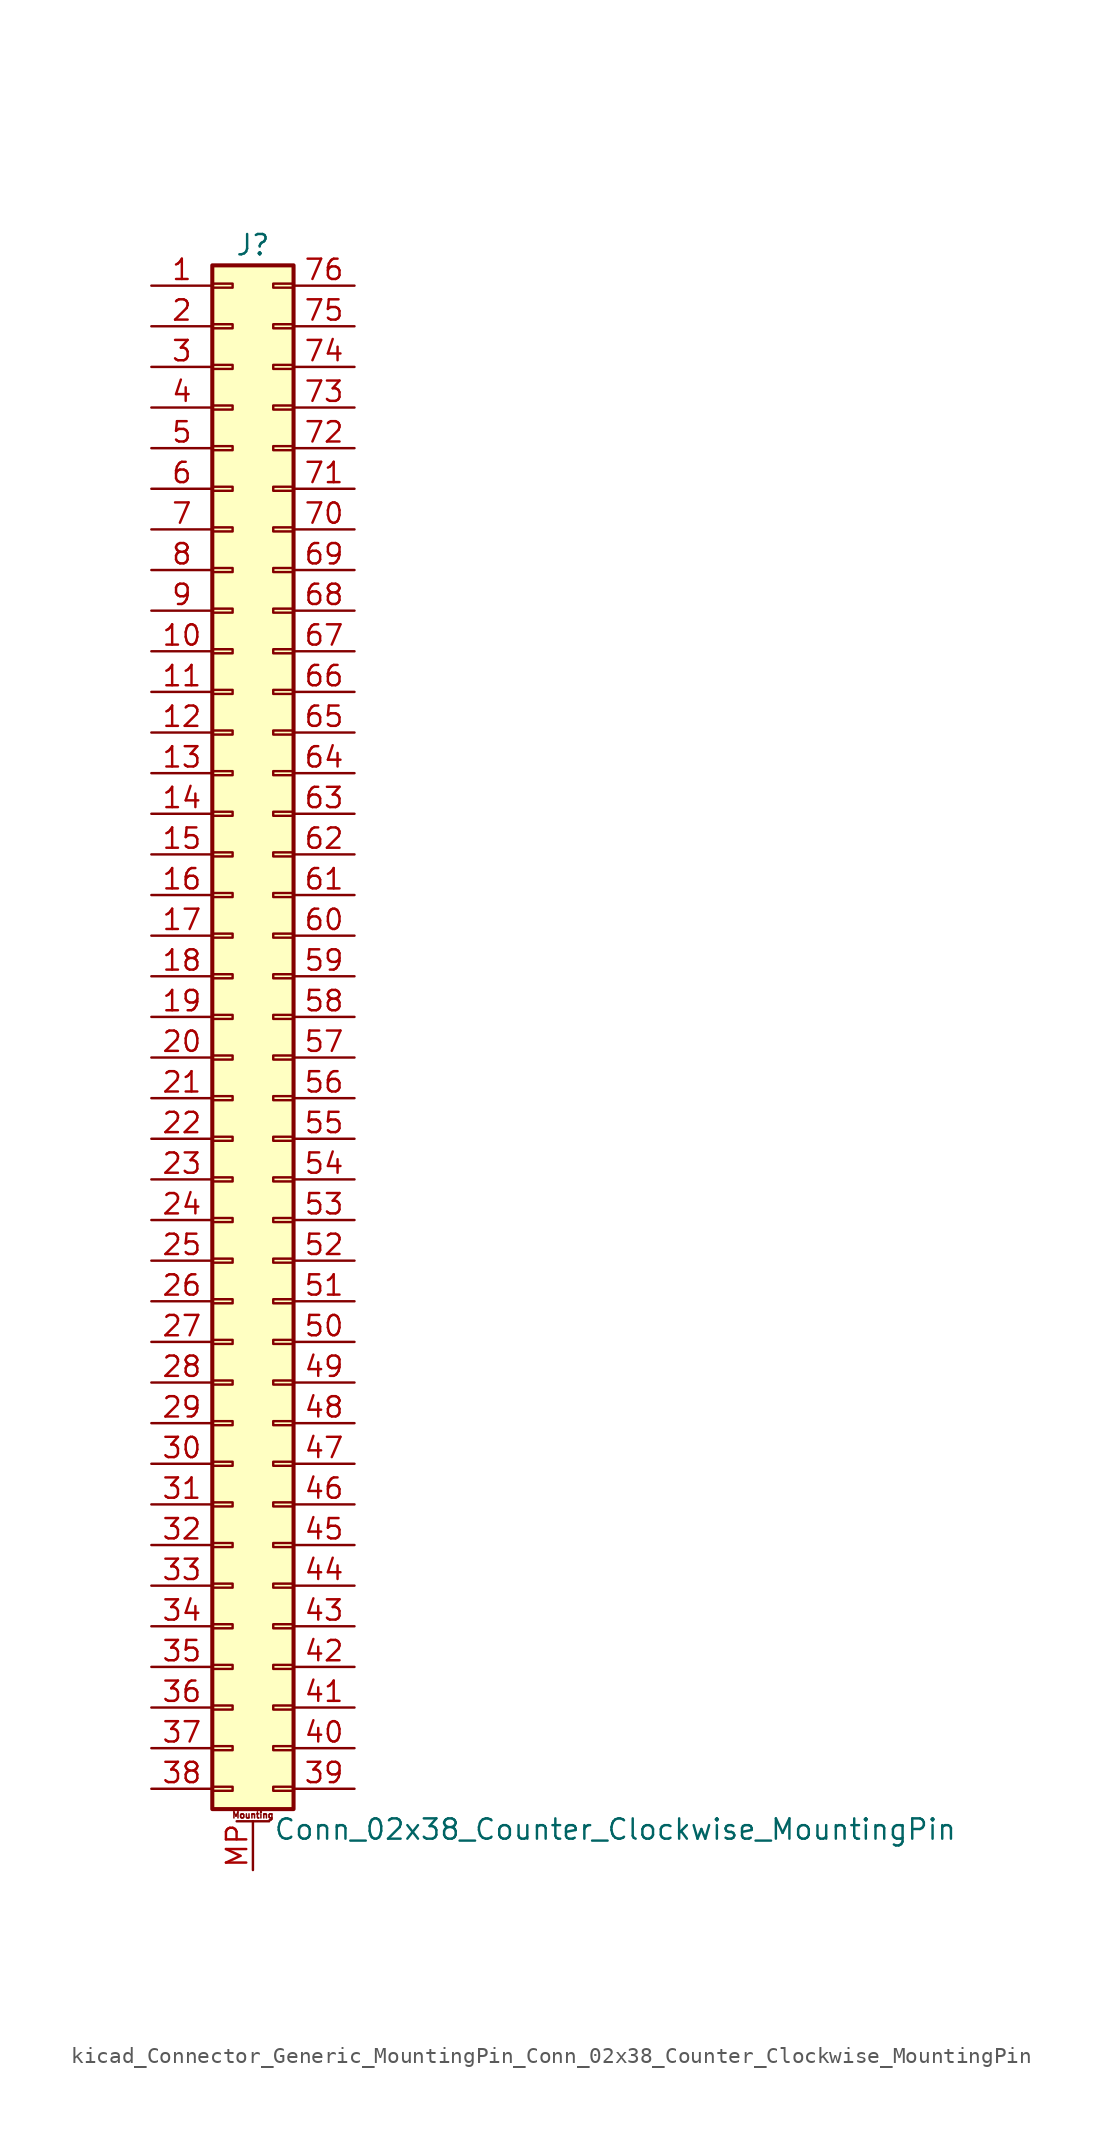
<source format=kicad_sym>
(kicad_symbol_lib
  (version 20220914)
  (generator kicad_symbol_editor)
  (symbol "kicad_Connector_Generic_MountingPin_Conn_02x38_Counter_Clockwise_MountingPin"
    (pin_names
      (offset 1.016) hide)
    (property "Reference" "J"
      (at 1.27 48.26 0)
      (effects (font (size 1.27 1.27))))
    (property "Value" "Conn_02x38_Counter_Clockwise_MountingPin"
      (at 2.54 -50.8 0)
      (effects (font (size 1.27 1.27)) (justify left)))
    (symbol "kicad_Connector_Generic_MountingPin_Conn_02x38_Counter_Clockwise_MountingPin_1_1"
      (rectangle (start -1.27 -48.133) (end 0 -48.387) (stroke (width 0.152) (type default)) (fill (type none)))
      (rectangle (start -1.27 -45.593) (end 0 -45.847) (stroke (width 0.152) (type default)) (fill (type none)))
      (rectangle (start -1.27 -43.053) (end 0 -43.307) (stroke (width 0.152) (type default)) (fill (type none)))
      (rectangle (start -1.27 -40.513) (end 0 -40.767) (stroke (width 0.152) (type default)) (fill (type none)))
      (rectangle (start -1.27 -37.973) (end 0 -38.227) (stroke (width 0.152) (type default)) (fill (type none)))
      (rectangle (start -1.27 -35.433) (end 0 -35.687) (stroke (width 0.152) (type default)) (fill (type none)))
      (rectangle (start -1.27 -32.893) (end 0 -33.147) (stroke (width 0.152) (type default)) (fill (type none)))
      (rectangle (start -1.27 -30.353) (end 0 -30.607) (stroke (width 0.152) (type default)) (fill (type none)))
      (rectangle (start -1.27 -27.813) (end 0 -28.067) (stroke (width 0.152) (type default)) (fill (type none)))
      (rectangle (start -1.27 -25.273) (end 0 -25.527) (stroke (width 0.152) (type default)) (fill (type none)))
      (rectangle (start -1.27 -22.733) (end 0 -22.987) (stroke (width 0.152) (type default)) (fill (type none)))
      (rectangle (start -1.27 -20.193) (end 0 -20.447) (stroke (width 0.152) (type default)) (fill (type none)))
      (rectangle (start -1.27 -17.653) (end 0 -17.907) (stroke (width 0.152) (type default)) (fill (type none)))
      (rectangle (start -1.27 -15.113) (end 0 -15.367) (stroke (width 0.152) (type default)) (fill (type none)))
      (rectangle (start -1.27 -12.573) (end 0 -12.827) (stroke (width 0.152) (type default)) (fill (type none)))
      (rectangle (start -1.27 -10.033) (end 0 -10.287) (stroke (width 0.152) (type default)) (fill (type none)))
      (rectangle (start -1.27 -7.493) (end 0 -7.747) (stroke (width 0.152) (type default)) (fill (type none)))
      (rectangle (start -1.27 -4.953) (end 0 -5.207) (stroke (width 0.152) (type default)) (fill (type none)))
      (rectangle (start -1.27 -2.413) (end 0 -2.667) (stroke (width 0.152) (type default)) (fill (type none)))
      (rectangle (start -1.27 0.127) (end 0 -0.127) (stroke (width 0.152) (type default)) (fill (type none)))
      (rectangle (start -1.27 2.667) (end 0 2.413) (stroke (width 0.152) (type default)) (fill (type none)))
      (rectangle (start -1.27 5.207) (end 0 4.953) (stroke (width 0.152) (type default)) (fill (type none)))
      (rectangle (start -1.27 7.747) (end 0 7.493) (stroke (width 0.152) (type default)) (fill (type none)))
      (rectangle (start -1.27 10.287) (end 0 10.033) (stroke (width 0.152) (type default)) (fill (type none)))
      (rectangle (start -1.27 12.827) (end 0 12.573) (stroke (width 0.152) (type default)) (fill (type none)))
      (rectangle (start -1.27 15.367) (end 0 15.113) (stroke (width 0.152) (type default)) (fill (type none)))
      (rectangle (start -1.27 17.907) (end 0 17.653) (stroke (width 0.152) (type default)) (fill (type none)))
      (rectangle (start -1.27 20.447) (end 0 20.193) (stroke (width 0.152) (type default)) (fill (type none)))
      (rectangle (start -1.27 22.987) (end 0 22.733) (stroke (width 0.152) (type default)) (fill (type none)))
      (rectangle (start -1.27 25.527) (end 0 25.273) (stroke (width 0.152) (type default)) (fill (type none)))
      (rectangle (start -1.27 28.067) (end 0 27.813) (stroke (width 0.152) (type default)) (fill (type none)))
      (rectangle (start -1.27 30.607) (end 0 30.353) (stroke (width 0.152) (type default)) (fill (type none)))
      (rectangle (start -1.27 33.147) (end 0 32.893) (stroke (width 0.152) (type default)) (fill (type none)))
      (rectangle (start -1.27 35.687) (end 0 35.433) (stroke (width 0.152) (type default)) (fill (type none)))
      (rectangle (start -1.27 38.227) (end 0 37.973) (stroke (width 0.152) (type default)) (fill (type none)))
      (rectangle (start -1.27 40.767) (end 0 40.513) (stroke (width 0.152) (type default)) (fill (type none)))
      (rectangle (start -1.27 43.307) (end 0 43.053) (stroke (width 0.152) (type default)) (fill (type none)))
      (rectangle (start -1.27 45.847) (end 0 45.593) (stroke (width 0.152) (type default)) (fill (type none)))
      (rectangle (start -1.27 46.99) (end 3.81 -49.53) (stroke (width 0.254) (type default)) (fill (type background)))
      (polyline (pts (xy 0.254 -50.292) (xy 2.286 -50.292)) (stroke (width 0.152) (type default)) (fill (type none)))
      (rectangle (start 3.81 -48.133) (end 2.54 -48.387) (stroke (width 0.152) (type default)) (fill (type none)))
      (rectangle (start 3.81 -45.593) (end 2.54 -45.847) (stroke (width 0.152) (type default)) (fill (type none)))
      (rectangle (start 3.81 -43.053) (end 2.54 -43.307) (stroke (width 0.152) (type default)) (fill (type none)))
      (rectangle (start 3.81 -40.513) (end 2.54 -40.767) (stroke (width 0.152) (type default)) (fill (type none)))
      (rectangle (start 3.81 -37.973) (end 2.54 -38.227) (stroke (width 0.152) (type default)) (fill (type none)))
      (rectangle (start 3.81 -35.433) (end 2.54 -35.687) (stroke (width 0.152) (type default)) (fill (type none)))
      (rectangle (start 3.81 -32.893) (end 2.54 -33.147) (stroke (width 0.152) (type default)) (fill (type none)))
      (rectangle (start 3.81 -30.353) (end 2.54 -30.607) (stroke (width 0.152) (type default)) (fill (type none)))
      (rectangle (start 3.81 -27.813) (end 2.54 -28.067) (stroke (width 0.152) (type default)) (fill (type none)))
      (rectangle (start 3.81 -25.273) (end 2.54 -25.527) (stroke (width 0.152) (type default)) (fill (type none)))
      (rectangle (start 3.81 -22.733) (end 2.54 -22.987) (stroke (width 0.152) (type default)) (fill (type none)))
      (rectangle (start 3.81 -20.193) (end 2.54 -20.447) (stroke (width 0.152) (type default)) (fill (type none)))
      (rectangle (start 3.81 -17.653) (end 2.54 -17.907) (stroke (width 0.152) (type default)) (fill (type none)))
      (rectangle (start 3.81 -15.113) (end 2.54 -15.367) (stroke (width 0.152) (type default)) (fill (type none)))
      (rectangle (start 3.81 -12.573) (end 2.54 -12.827) (stroke (width 0.152) (type default)) (fill (type none)))
      (rectangle (start 3.81 -10.033) (end 2.54 -10.287) (stroke (width 0.152) (type default)) (fill (type none)))
      (rectangle (start 3.81 -7.493) (end 2.54 -7.747) (stroke (width 0.152) (type default)) (fill (type none)))
      (rectangle (start 3.81 -4.953) (end 2.54 -5.207) (stroke (width 0.152) (type default)) (fill (type none)))
      (rectangle (start 3.81 -2.413) (end 2.54 -2.667) (stroke (width 0.152) (type default)) (fill (type none)))
      (rectangle (start 3.81 0.127) (end 2.54 -0.127) (stroke (width 0.152) (type default)) (fill (type none)))
      (rectangle (start 3.81 2.667) (end 2.54 2.413) (stroke (width 0.152) (type default)) (fill (type none)))
      (rectangle (start 3.81 5.207) (end 2.54 4.953) (stroke (width 0.152) (type default)) (fill (type none)))
      (rectangle (start 3.81 7.747) (end 2.54 7.493) (stroke (width 0.152) (type default)) (fill (type none)))
      (rectangle (start 3.81 10.287) (end 2.54 10.033) (stroke (width 0.152) (type default)) (fill (type none)))
      (rectangle (start 3.81 12.827) (end 2.54 12.573) (stroke (width 0.152) (type default)) (fill (type none)))
      (rectangle (start 3.81 15.367) (end 2.54 15.113) (stroke (width 0.152) (type default)) (fill (type none)))
      (rectangle (start 3.81 17.907) (end 2.54 17.653) (stroke (width 0.152) (type default)) (fill (type none)))
      (rectangle (start 3.81 20.447) (end 2.54 20.193) (stroke (width 0.152) (type default)) (fill (type none)))
      (rectangle (start 3.81 22.987) (end 2.54 22.733) (stroke (width 0.152) (type default)) (fill (type none)))
      (rectangle (start 3.81 25.527) (end 2.54 25.273) (stroke (width 0.152) (type default)) (fill (type none)))
      (rectangle (start 3.81 28.067) (end 2.54 27.813) (stroke (width 0.152) (type default)) (fill (type none)))
      (rectangle (start 3.81 30.607) (end 2.54 30.353) (stroke (width 0.152) (type default)) (fill (type none)))
      (rectangle (start 3.81 33.147) (end 2.54 32.893) (stroke (width 0.152) (type default)) (fill (type none)))
      (rectangle (start 3.81 35.687) (end 2.54 35.433) (stroke (width 0.152) (type default)) (fill (type none)))
      (rectangle (start 3.81 38.227) (end 2.54 37.973) (stroke (width 0.152) (type default)) (fill (type none)))
      (rectangle (start 3.81 40.767) (end 2.54 40.513) (stroke (width 0.152) (type default)) (fill (type none)))
      (rectangle (start 3.81 43.307) (end 2.54 43.053) (stroke (width 0.152) (type default)) (fill (type none)))
      (rectangle (start 3.81 45.847) (end 2.54 45.593) (stroke (width 0.152) (type default)) (fill (type none)))
      (text "Mounting" (at 1.27 -49.911 0) (effects (font (size 0.381 0.381))))
      (pin passive line (at -5.08 45.72 0) (length 3.81) (name "Pin_1" (effects (font (size 1.27 1.27)))) (number "1" (effects (font (size 1.27 1.27)))))
      (pin passive line (at -5.08 22.86 0) (length 3.81) (name "Pin_10" (effects (font (size 1.27 1.27)))) (number "10" (effects (font (size 1.27 1.27)))))
      (pin passive line (at -5.08 20.32 0) (length 3.81) (name "Pin_11" (effects (font (size 1.27 1.27)))) (number "11" (effects (font (size 1.27 1.27)))))
      (pin passive line (at -5.08 17.78 0) (length 3.81) (name "Pin_12" (effects (font (size 1.27 1.27)))) (number "12" (effects (font (size 1.27 1.27)))))
      (pin passive line (at -5.08 15.24 0) (length 3.81) (name "Pin_13" (effects (font (size 1.27 1.27)))) (number "13" (effects (font (size 1.27 1.27)))))
      (pin passive line (at -5.08 12.7 0) (length 3.81) (name "Pin_14" (effects (font (size 1.27 1.27)))) (number "14" (effects (font (size 1.27 1.27)))))
      (pin passive line (at -5.08 10.16 0) (length 3.81) (name "Pin_15" (effects (font (size 1.27 1.27)))) (number "15" (effects (font (size 1.27 1.27)))))
      (pin passive line (at -5.08 7.62 0) (length 3.81) (name "Pin_16" (effects (font (size 1.27 1.27)))) (number "16" (effects (font (size 1.27 1.27)))))
      (pin passive line (at -5.08 5.08 0) (length 3.81) (name "Pin_17" (effects (font (size 1.27 1.27)))) (number "17" (effects (font (size 1.27 1.27)))))
      (pin passive line (at -5.08 2.54 0) (length 3.81) (name "Pin_18" (effects (font (size 1.27 1.27)))) (number "18" (effects (font (size 1.27 1.27)))))
      (pin passive line (at -5.08 0 0) (length 3.81) (name "Pin_19" (effects (font (size 1.27 1.27)))) (number "19" (effects (font (size 1.27 1.27)))))
      (pin passive line (at -5.08 43.18 0) (length 3.81) (name "Pin_2" (effects (font (size 1.27 1.27)))) (number "2" (effects (font (size 1.27 1.27)))))
      (pin passive line (at -5.08 -2.54 0) (length 3.81) (name "Pin_20" (effects (font (size 1.27 1.27)))) (number "20" (effects (font (size 1.27 1.27)))))
      (pin passive line (at -5.08 -5.08 0) (length 3.81) (name "Pin_21" (effects (font (size 1.27 1.27)))) (number "21" (effects (font (size 1.27 1.27)))))
      (pin passive line (at -5.08 -7.62 0) (length 3.81) (name "Pin_22" (effects (font (size 1.27 1.27)))) (number "22" (effects (font (size 1.27 1.27)))))
      (pin passive line (at -5.08 -10.16 0) (length 3.81) (name "Pin_23" (effects (font (size 1.27 1.27)))) (number "23" (effects (font (size 1.27 1.27)))))
      (pin passive line (at -5.08 -12.7 0) (length 3.81) (name "Pin_24" (effects (font (size 1.27 1.27)))) (number "24" (effects (font (size 1.27 1.27)))))
      (pin passive line (at -5.08 -15.24 0) (length 3.81) (name "Pin_25" (effects (font (size 1.27 1.27)))) (number "25" (effects (font (size 1.27 1.27)))))
      (pin passive line (at -5.08 -17.78 0) (length 3.81) (name "Pin_26" (effects (font (size 1.27 1.27)))) (number "26" (effects (font (size 1.27 1.27)))))
      (pin passive line (at -5.08 -20.32 0) (length 3.81) (name "Pin_27" (effects (font (size 1.27 1.27)))) (number "27" (effects (font (size 1.27 1.27)))))
      (pin passive line (at -5.08 -22.86 0) (length 3.81) (name "Pin_28" (effects (font (size 1.27 1.27)))) (number "28" (effects (font (size 1.27 1.27)))))
      (pin passive line (at -5.08 -25.4 0) (length 3.81) (name "Pin_29" (effects (font (size 1.27 1.27)))) (number "29" (effects (font (size 1.27 1.27)))))
      (pin passive line (at -5.08 40.64 0) (length 3.81) (name "Pin_3" (effects (font (size 1.27 1.27)))) (number "3" (effects (font (size 1.27 1.27)))))
      (pin passive line (at -5.08 -27.94 0) (length 3.81) (name "Pin_30" (effects (font (size 1.27 1.27)))) (number "30" (effects (font (size 1.27 1.27)))))
      (pin passive line (at -5.08 -30.48 0) (length 3.81) (name "Pin_31" (effects (font (size 1.27 1.27)))) (number "31" (effects (font (size 1.27 1.27)))))
      (pin passive line (at -5.08 -33.02 0) (length 3.81) (name "Pin_32" (effects (font (size 1.27 1.27)))) (number "32" (effects (font (size 1.27 1.27)))))
      (pin passive line (at -5.08 -35.56 0) (length 3.81) (name "Pin_33" (effects (font (size 1.27 1.27)))) (number "33" (effects (font (size 1.27 1.27)))))
      (pin passive line (at -5.08 -38.1 0) (length 3.81) (name "Pin_34" (effects (font (size 1.27 1.27)))) (number "34" (effects (font (size 1.27 1.27)))))
      (pin passive line (at -5.08 -40.64 0) (length 3.81) (name "Pin_35" (effects (font (size 1.27 1.27)))) (number "35" (effects (font (size 1.27 1.27)))))
      (pin passive line (at -5.08 -43.18 0) (length 3.81) (name "Pin_36" (effects (font (size 1.27 1.27)))) (number "36" (effects (font (size 1.27 1.27)))))
      (pin passive line (at -5.08 -45.72 0) (length 3.81) (name "Pin_37" (effects (font (size 1.27 1.27)))) (number "37" (effects (font (size 1.27 1.27)))))
      (pin passive line (at -5.08 -48.26 0) (length 3.81) (name "Pin_38" (effects (font (size 1.27 1.27)))) (number "38" (effects (font (size 1.27 1.27)))))
      (pin passive line (at 7.62 -48.26 180) (length 3.81) (name "Pin_39" (effects (font (size 1.27 1.27)))) (number "39" (effects (font (size 1.27 1.27)))))
      (pin passive line (at -5.08 38.1 0) (length 3.81) (name "Pin_4" (effects (font (size 1.27 1.27)))) (number "4" (effects (font (size 1.27 1.27)))))
      (pin passive line (at 7.62 -45.72 180) (length 3.81) (name "Pin_40" (effects (font (size 1.27 1.27)))) (number "40" (effects (font (size 1.27 1.27)))))
      (pin passive line (at 7.62 -43.18 180) (length 3.81) (name "Pin_41" (effects (font (size 1.27 1.27)))) (number "41" (effects (font (size 1.27 1.27)))))
      (pin passive line (at 7.62 -40.64 180) (length 3.81) (name "Pin_42" (effects (font (size 1.27 1.27)))) (number "42" (effects (font (size 1.27 1.27)))))
      (pin passive line (at 7.62 -38.1 180) (length 3.81) (name "Pin_43" (effects (font (size 1.27 1.27)))) (number "43" (effects (font (size 1.27 1.27)))))
      (pin passive line (at 7.62 -35.56 180) (length 3.81) (name "Pin_44" (effects (font (size 1.27 1.27)))) (number "44" (effects (font (size 1.27 1.27)))))
      (pin passive line (at 7.62 -33.02 180) (length 3.81) (name "Pin_45" (effects (font (size 1.27 1.27)))) (number "45" (effects (font (size 1.27 1.27)))))
      (pin passive line (at 7.62 -30.48 180) (length 3.81) (name "Pin_46" (effects (font (size 1.27 1.27)))) (number "46" (effects (font (size 1.27 1.27)))))
      (pin passive line (at 7.62 -27.94 180) (length 3.81) (name "Pin_47" (effects (font (size 1.27 1.27)))) (number "47" (effects (font (size 1.27 1.27)))))
      (pin passive line (at 7.62 -25.4 180) (length 3.81) (name "Pin_48" (effects (font (size 1.27 1.27)))) (number "48" (effects (font (size 1.27 1.27)))))
      (pin passive line (at 7.62 -22.86 180) (length 3.81) (name "Pin_49" (effects (font (size 1.27 1.27)))) (number "49" (effects (font (size 1.27 1.27)))))
      (pin passive line (at -5.08 35.56 0) (length 3.81) (name "Pin_5" (effects (font (size 1.27 1.27)))) (number "5" (effects (font (size 1.27 1.27)))))
      (pin passive line (at 7.62 -20.32 180) (length 3.81) (name "Pin_50" (effects (font (size 1.27 1.27)))) (number "50" (effects (font (size 1.27 1.27)))))
      (pin passive line (at 7.62 -17.78 180) (length 3.81) (name "Pin_51" (effects (font (size 1.27 1.27)))) (number "51" (effects (font (size 1.27 1.27)))))
      (pin passive line (at 7.62 -15.24 180) (length 3.81) (name "Pin_52" (effects (font (size 1.27 1.27)))) (number "52" (effects (font (size 1.27 1.27)))))
      (pin passive line (at 7.62 -12.7 180) (length 3.81) (name "Pin_53" (effects (font (size 1.27 1.27)))) (number "53" (effects (font (size 1.27 1.27)))))
      (pin passive line (at 7.62 -10.16 180) (length 3.81) (name "Pin_54" (effects (font (size 1.27 1.27)))) (number "54" (effects (font (size 1.27 1.27)))))
      (pin passive line (at 7.62 -7.62 180) (length 3.81) (name "Pin_55" (effects (font (size 1.27 1.27)))) (number "55" (effects (font (size 1.27 1.27)))))
      (pin passive line (at 7.62 -5.08 180) (length 3.81) (name "Pin_56" (effects (font (size 1.27 1.27)))) (number "56" (effects (font (size 1.27 1.27)))))
      (pin passive line (at 7.62 -2.54 180) (length 3.81) (name "Pin_57" (effects (font (size 1.27 1.27)))) (number "57" (effects (font (size 1.27 1.27)))))
      (pin passive line (at 7.62 0 180) (length 3.81) (name "Pin_58" (effects (font (size 1.27 1.27)))) (number "58" (effects (font (size 1.27 1.27)))))
      (pin passive line (at 7.62 2.54 180) (length 3.81) (name "Pin_59" (effects (font (size 1.27 1.27)))) (number "59" (effects (font (size 1.27 1.27)))))
      (pin passive line (at -5.08 33.02 0) (length 3.81) (name "Pin_6" (effects (font (size 1.27 1.27)))) (number "6" (effects (font (size 1.27 1.27)))))
      (pin passive line (at 7.62 5.08 180) (length 3.81) (name "Pin_60" (effects (font (size 1.27 1.27)))) (number "60" (effects (font (size 1.27 1.27)))))
      (pin passive line (at 7.62 7.62 180) (length 3.81) (name "Pin_61" (effects (font (size 1.27 1.27)))) (number "61" (effects (font (size 1.27 1.27)))))
      (pin passive line (at 7.62 10.16 180) (length 3.81) (name "Pin_62" (effects (font (size 1.27 1.27)))) (number "62" (effects (font (size 1.27 1.27)))))
      (pin passive line (at 7.62 12.7 180) (length 3.81) (name "Pin_63" (effects (font (size 1.27 1.27)))) (number "63" (effects (font (size 1.27 1.27)))))
      (pin passive line (at 7.62 15.24 180) (length 3.81) (name "Pin_64" (effects (font (size 1.27 1.27)))) (number "64" (effects (font (size 1.27 1.27)))))
      (pin passive line (at 7.62 17.78 180) (length 3.81) (name "Pin_65" (effects (font (size 1.27 1.27)))) (number "65" (effects (font (size 1.27 1.27)))))
      (pin passive line (at 7.62 20.32 180) (length 3.81) (name "Pin_66" (effects (font (size 1.27 1.27)))) (number "66" (effects (font (size 1.27 1.27)))))
      (pin passive line (at 7.62 22.86 180) (length 3.81) (name "Pin_67" (effects (font (size 1.27 1.27)))) (number "67" (effects (font (size 1.27 1.27)))))
      (pin passive line (at 7.62 25.4 180) (length 3.81) (name "Pin_68" (effects (font (size 1.27 1.27)))) (number "68" (effects (font (size 1.27 1.27)))))
      (pin passive line (at 7.62 27.94 180) (length 3.81) (name "Pin_69" (effects (font (size 1.27 1.27)))) (number "69" (effects (font (size 1.27 1.27)))))
      (pin passive line (at -5.08 30.48 0) (length 3.81) (name "Pin_7" (effects (font (size 1.27 1.27)))) (number "7" (effects (font (size 1.27 1.27)))))
      (pin passive line (at 7.62 30.48 180) (length 3.81) (name "Pin_70" (effects (font (size 1.27 1.27)))) (number "70" (effects (font (size 1.27 1.27)))))
      (pin passive line (at 7.62 33.02 180) (length 3.81) (name "Pin_71" (effects (font (size 1.27 1.27)))) (number "71" (effects (font (size 1.27 1.27)))))
      (pin passive line (at 7.62 35.56 180) (length 3.81) (name "Pin_72" (effects (font (size 1.27 1.27)))) (number "72" (effects (font (size 1.27 1.27)))))
      (pin passive line (at 7.62 38.1 180) (length 3.81) (name "Pin_73" (effects (font (size 1.27 1.27)))) (number "73" (effects (font (size 1.27 1.27)))))
      (pin passive line (at 7.62 40.64 180) (length 3.81) (name "Pin_74" (effects (font (size 1.27 1.27)))) (number "74" (effects (font (size 1.27 1.27)))))
      (pin passive line (at 7.62 43.18 180) (length 3.81) (name "Pin_75" (effects (font (size 1.27 1.27)))) (number "75" (effects (font (size 1.27 1.27)))))
      (pin passive line (at 7.62 45.72 180) (length 3.81) (name "Pin_76" (effects (font (size 1.27 1.27)))) (number "76" (effects (font (size 1.27 1.27)))))
      (pin passive line (at -5.08 27.94 0) (length 3.81) (name "Pin_8" (effects (font (size 1.27 1.27)))) (number "8" (effects (font (size 1.27 1.27)))))
      (pin passive line (at -5.08 25.4 0) (length 3.81) (name "Pin_9" (effects (font (size 1.27 1.27)))) (number "9" (effects (font (size 1.27 1.27)))))
      (pin passive line (at 1.27 -53.34 90) (length 3.048) (name "MountPin" (effects (font (size 1.27 1.27)))) (number "MP" (effects (font (size 1.27 1.27))))))))
</source>
